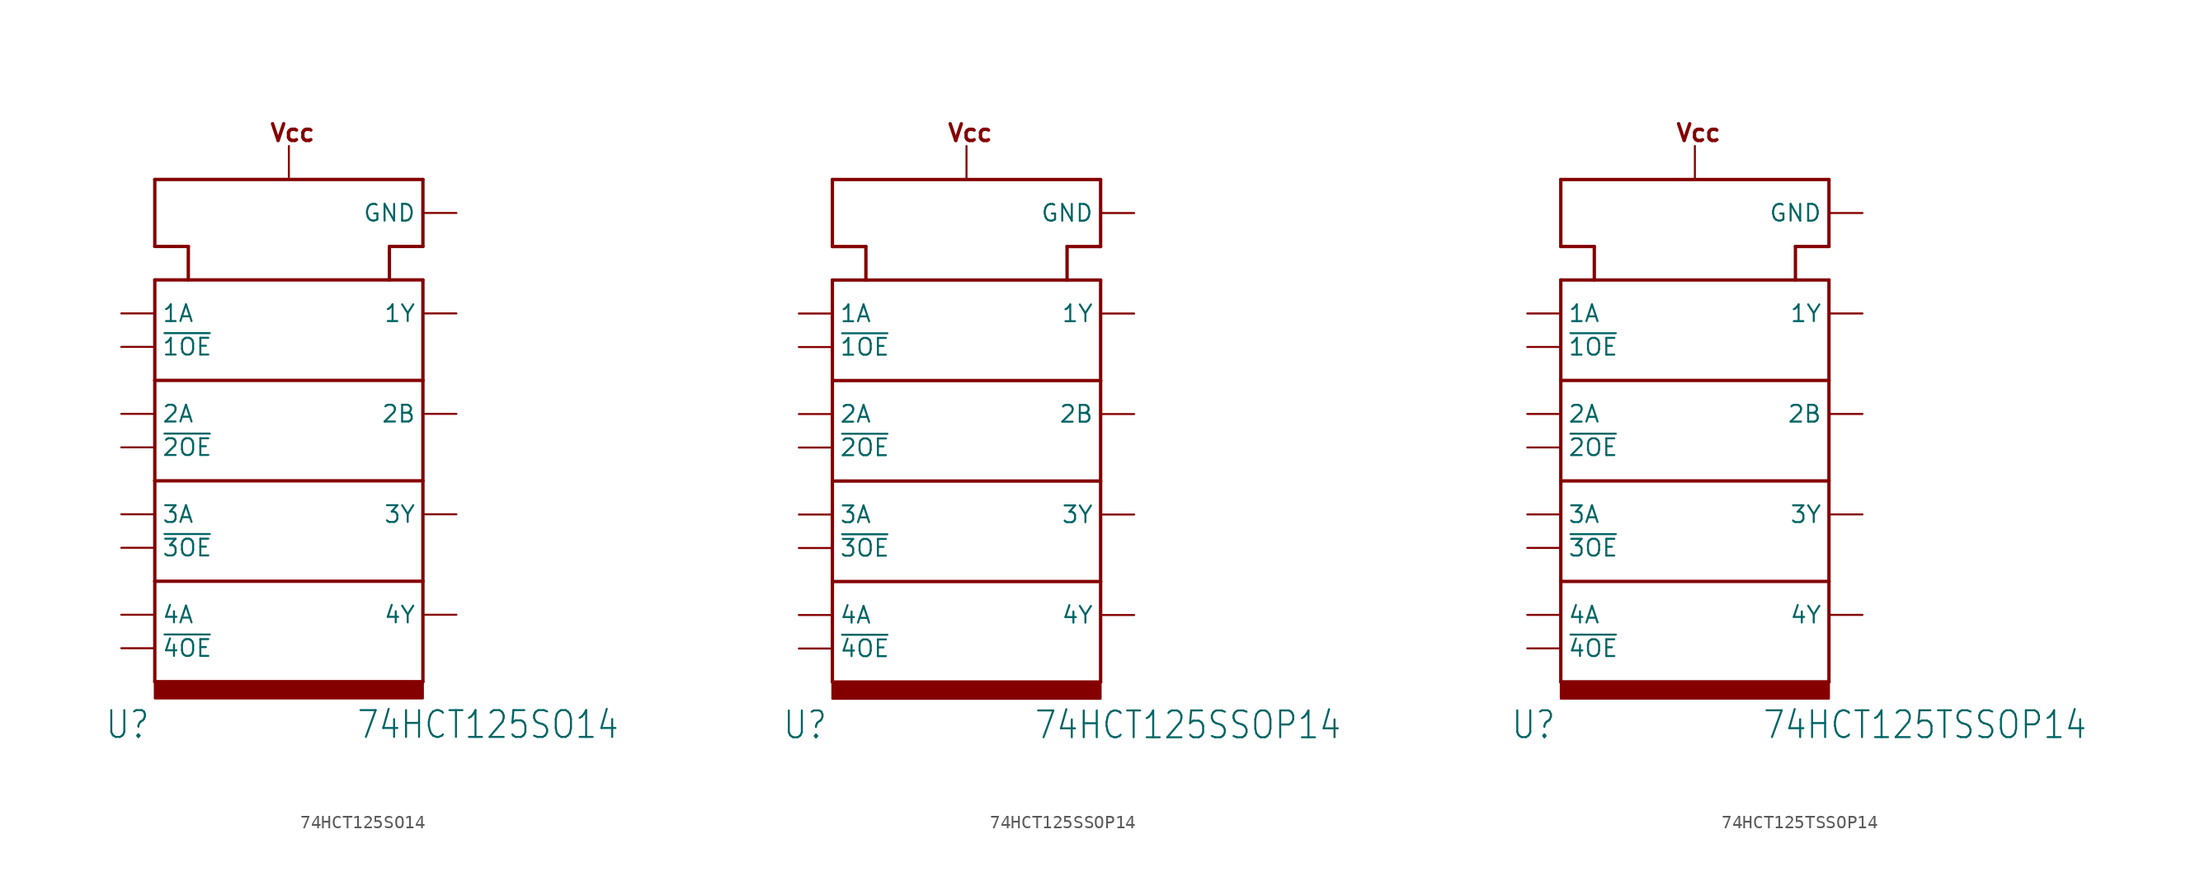
<source format=kicad_sym>
(kicad_symbol_lib
  (version 20211014)
  (generator kicad_symbol_editor)
  (symbol "74HCT125SO14"
    (property "Reference" "U"
      (at -13.97 -27.305 0)
      (effects (font (size 2.032 1.727)) (justify left bottom)))
    (property "Value" "74HCT125SO14"
      (at 5.08 -27.305 0)
      (effects (font (size 2.032 1.727)) (justify left bottom)))
    (property "ki_locked" ""
      (at 0 0 0)
      (effects (font (size 1.27 1.27))))
    (symbol "74HCT125SO14_1_0"
      (rectangle (start -10.16 -24.13) (end 10.16 -22.86) (stroke (width 0) (type default) (color 0 0 0 0)) (fill (type outline)))
      (polyline (pts (xy -10.16 -22.86) (xy 10.16 -22.86)) (stroke (width 0.254) (type default) (color 0 0 0 0)) (fill (type none)))
      (polyline (pts (xy -10.16 -15.24) (xy -10.16 -22.86)) (stroke (width 0.254) (type default) (color 0 0 0 0)) (fill (type none)))
      (polyline (pts (xy -10.16 -15.24) (xy 10.16 -15.24)) (stroke (width 0.254) (type default) (color 0 0 0 0)) (fill (type none)))
      (polyline (pts (xy -10.16 -7.62) (xy -10.16 -15.24)) (stroke (width 0.254) (type default) (color 0 0 0 0)) (fill (type none)))
      (polyline (pts (xy -10.16 -7.62) (xy 10.16 -7.62)) (stroke (width 0.254) (type default) (color 0 0 0 0)) (fill (type none)))
      (polyline (pts (xy -10.16 0) (xy -10.16 -7.62)) (stroke (width 0.254) (type default) (color 0 0 0 0)) (fill (type none)))
      (polyline (pts (xy -10.16 0) (xy 10.16 0)) (stroke (width 0.254) (type default) (color 0 0 0 0)) (fill (type none)))
      (polyline (pts (xy -10.16 7.62) (xy -10.16 0)) (stroke (width 0.254) (type default) (color 0 0 0 0)) (fill (type none)))
      (polyline (pts (xy -10.16 7.62) (xy 10.16 7.62)) (stroke (width 0.254) (type default) (color 0 0 0 0)) (fill (type none)))
      (polyline (pts (xy -10.16 15.24) (xy -10.16 10.16)) (stroke (width 0.254) (type default) (color 0 0 0 0)) (fill (type none)))
      (polyline (pts (xy -10.16 15.24) (xy 10.16 15.24)) (stroke (width 0.254) (type default) (color 0 0 0 0)) (fill (type none)))
      (polyline (pts (xy -7.62 7.62) (xy -7.62 10.16)) (stroke (width 0.254) (type default) (color 0 0 0 0)) (fill (type none)))
      (polyline (pts (xy -7.62 10.16) (xy -10.16 10.16)) (stroke (width 0.254) (type default) (color 0 0 0 0)) (fill (type none)))
      (polyline (pts (xy 7.62 7.62) (xy 7.62 10.16)) (stroke (width 0.254) (type default) (color 0 0 0 0)) (fill (type none)))
      (polyline (pts (xy 10.16 -15.24) (xy 10.16 -22.86)) (stroke (width 0.254) (type default) (color 0 0 0 0)) (fill (type none)))
      (polyline (pts (xy 10.16 -7.62) (xy 10.16 -15.24)) (stroke (width 0.254) (type default) (color 0 0 0 0)) (fill (type none)))
      (polyline (pts (xy 10.16 0) (xy 10.16 -7.62)) (stroke (width 0.254) (type default) (color 0 0 0 0)) (fill (type none)))
      (polyline (pts (xy 10.16 7.62) (xy 10.16 0)) (stroke (width 0.254) (type default) (color 0 0 0 0)) (fill (type none)))
      (polyline (pts (xy 10.16 10.16) (xy 7.62 10.16)) (stroke (width 0.254) (type default) (color 0 0 0 0)) (fill (type none)))
      (polyline (pts (xy 10.16 15.24) (xy 10.16 10.16)) (stroke (width 0.254) (type default) (color 0 0 0 0)) (fill (type none)))
      (text "Vcc" (at -1.524 18.034 0) (effects (font (size 1.27 1.27) (thickness 0.254) bold) (justify left bottom)))
      (pin bidirectional line (at -12.7 2.54 0) (length 2.54) (name "~{1OE}" (effects (font (size 1.27 1.27)))) (number "1" (effects (font (size 0 0)))))
      (pin bidirectional line (at -12.7 -12.7 0) (length 2.54) (name "~{3OE}" (effects (font (size 1.27 1.27)))) (number "10" (effects (font (size 0 0)))))
      (pin bidirectional line (at 12.7 -17.78 180) (length 2.54) (name "4Y" (effects (font (size 1.27 1.27)))) (number "11" (effects (font (size 0 0)))))
      (pin bidirectional line (at -12.7 -17.78 0) (length 2.54) (name "4A" (effects (font (size 1.27 1.27)))) (number "12" (effects (font (size 0 0)))))
      (pin bidirectional line (at -12.7 -20.32 0) (length 2.54) (name "~{4OE}" (effects (font (size 1.27 1.27)))) (number "13" (effects (font (size 0 0)))))
      (pin input line (at 0 17.78 270) (length 2.54) (name "VCC" (effects (font (size 0 0)))) (number "14" (effects (font (size 0 0)))))
      (pin bidirectional line (at -12.7 5.08 0) (length 2.54) (name "1A" (effects (font (size 1.27 1.27)))) (number "2" (effects (font (size 0 0)))))
      (pin bidirectional line (at 12.7 5.08 180) (length 2.54) (name "1Y" (effects (font (size 1.27 1.27)))) (number "3" (effects (font (size 0 0)))))
      (pin bidirectional line (at -12.7 -5.08 0) (length 2.54) (name "~{2OE}" (effects (font (size 1.27 1.27)))) (number "4" (effects (font (size 0 0)))))
      (pin bidirectional line (at -12.7 -2.54 0) (length 2.54) (name "2A" (effects (font (size 1.27 1.27)))) (number "5" (effects (font (size 0 0)))))
      (pin bidirectional line (at 12.7 -2.54 180) (length 2.54) (name "2B" (effects (font (size 1.27 1.27)))) (number "6" (effects (font (size 0 0)))))
      (pin bidirectional line (at 12.7 12.7 180) (length 2.54) (name "GND" (effects (font (size 1.27 1.27)))) (number "7" (effects (font (size 0 0)))))
      (pin bidirectional line (at 12.7 -10.16 180) (length 2.54) (name "3Y" (effects (font (size 1.27 1.27)))) (number "8" (effects (font (size 0 0)))))
      (pin bidirectional line (at -12.7 -10.16 0) (length 2.54) (name "3A" (effects (font (size 1.27 1.27)))) (number "9" (effects (font (size 0 0)))))))
  (symbol "74HCT125SSOP14"
    (property "Reference" "U"
      (at -13.97 -27.305 0)
      (effects (font (size 2.032 1.727)) (justify left bottom)))
    (property "Value" "74HCT125SSOP14"
      (at 5.08 -27.305 0)
      (effects (font (size 2.032 1.727)) (justify left bottom)))
    (property "ki_locked" ""
      (at 0 0 0)
      (effects (font (size 1.27 1.27))))
    (symbol "74HCT125SSOP14_1_0"
      (rectangle (start -10.16 -24.13) (end 10.16 -22.86) (stroke (width 0) (type default) (color 0 0 0 0)) (fill (type outline)))
      (polyline (pts (xy -10.16 -22.86) (xy 10.16 -22.86)) (stroke (width 0.254) (type default) (color 0 0 0 0)) (fill (type none)))
      (polyline (pts (xy -10.16 -15.24) (xy -10.16 -22.86)) (stroke (width 0.254) (type default) (color 0 0 0 0)) (fill (type none)))
      (polyline (pts (xy -10.16 -15.24) (xy 10.16 -15.24)) (stroke (width 0.254) (type default) (color 0 0 0 0)) (fill (type none)))
      (polyline (pts (xy -10.16 -7.62) (xy -10.16 -15.24)) (stroke (width 0.254) (type default) (color 0 0 0 0)) (fill (type none)))
      (polyline (pts (xy -10.16 -7.62) (xy 10.16 -7.62)) (stroke (width 0.254) (type default) (color 0 0 0 0)) (fill (type none)))
      (polyline (pts (xy -10.16 0) (xy -10.16 -7.62)) (stroke (width 0.254) (type default) (color 0 0 0 0)) (fill (type none)))
      (polyline (pts (xy -10.16 0) (xy 10.16 0)) (stroke (width 0.254) (type default) (color 0 0 0 0)) (fill (type none)))
      (polyline (pts (xy -10.16 7.62) (xy -10.16 0)) (stroke (width 0.254) (type default) (color 0 0 0 0)) (fill (type none)))
      (polyline (pts (xy -10.16 7.62) (xy 10.16 7.62)) (stroke (width 0.254) (type default) (color 0 0 0 0)) (fill (type none)))
      (polyline (pts (xy -10.16 15.24) (xy -10.16 10.16)) (stroke (width 0.254) (type default) (color 0 0 0 0)) (fill (type none)))
      (polyline (pts (xy -10.16 15.24) (xy 10.16 15.24)) (stroke (width 0.254) (type default) (color 0 0 0 0)) (fill (type none)))
      (polyline (pts (xy -7.62 7.62) (xy -7.62 10.16)) (stroke (width 0.254) (type default) (color 0 0 0 0)) (fill (type none)))
      (polyline (pts (xy -7.62 10.16) (xy -10.16 10.16)) (stroke (width 0.254) (type default) (color 0 0 0 0)) (fill (type none)))
      (polyline (pts (xy 7.62 7.62) (xy 7.62 10.16)) (stroke (width 0.254) (type default) (color 0 0 0 0)) (fill (type none)))
      (polyline (pts (xy 10.16 -15.24) (xy 10.16 -22.86)) (stroke (width 0.254) (type default) (color 0 0 0 0)) (fill (type none)))
      (polyline (pts (xy 10.16 -7.62) (xy 10.16 -15.24)) (stroke (width 0.254) (type default) (color 0 0 0 0)) (fill (type none)))
      (polyline (pts (xy 10.16 0) (xy 10.16 -7.62)) (stroke (width 0.254) (type default) (color 0 0 0 0)) (fill (type none)))
      (polyline (pts (xy 10.16 7.62) (xy 10.16 0)) (stroke (width 0.254) (type default) (color 0 0 0 0)) (fill (type none)))
      (polyline (pts (xy 10.16 10.16) (xy 7.62 10.16)) (stroke (width 0.254) (type default) (color 0 0 0 0)) (fill (type none)))
      (polyline (pts (xy 10.16 15.24) (xy 10.16 10.16)) (stroke (width 0.254) (type default) (color 0 0 0 0)) (fill (type none)))
      (text "Vcc" (at -1.524 18.034 0) (effects (font (size 1.27 1.27) (thickness 0.254) bold) (justify left bottom)))
      (pin bidirectional line (at -12.7 2.54 0) (length 2.54) (name "~{1OE}" (effects (font (size 1.27 1.27)))) (number "1" (effects (font (size 0 0)))))
      (pin bidirectional line (at -12.7 -12.7 0) (length 2.54) (name "~{3OE}" (effects (font (size 1.27 1.27)))) (number "10" (effects (font (size 0 0)))))
      (pin bidirectional line (at 12.7 -17.78 180) (length 2.54) (name "4Y" (effects (font (size 1.27 1.27)))) (number "11" (effects (font (size 0 0)))))
      (pin bidirectional line (at -12.7 -17.78 0) (length 2.54) (name "4A" (effects (font (size 1.27 1.27)))) (number "12" (effects (font (size 0 0)))))
      (pin bidirectional line (at -12.7 -20.32 0) (length 2.54) (name "~{4OE}" (effects (font (size 1.27 1.27)))) (number "13" (effects (font (size 0 0)))))
      (pin input line (at 0 17.78 270) (length 2.54) (name "VCC" (effects (font (size 0 0)))) (number "14" (effects (font (size 0 0)))))
      (pin bidirectional line (at -12.7 5.08 0) (length 2.54) (name "1A" (effects (font (size 1.27 1.27)))) (number "2" (effects (font (size 0 0)))))
      (pin bidirectional line (at 12.7 5.08 180) (length 2.54) (name "1Y" (effects (font (size 1.27 1.27)))) (number "3" (effects (font (size 0 0)))))
      (pin bidirectional line (at -12.7 -5.08 0) (length 2.54) (name "~{2OE}" (effects (font (size 1.27 1.27)))) (number "4" (effects (font (size 0 0)))))
      (pin bidirectional line (at -12.7 -2.54 0) (length 2.54) (name "2A" (effects (font (size 1.27 1.27)))) (number "5" (effects (font (size 0 0)))))
      (pin bidirectional line (at 12.7 -2.54 180) (length 2.54) (name "2B" (effects (font (size 1.27 1.27)))) (number "6" (effects (font (size 0 0)))))
      (pin bidirectional line (at 12.7 12.7 180) (length 2.54) (name "GND" (effects (font (size 1.27 1.27)))) (number "7" (effects (font (size 0 0)))))
      (pin bidirectional line (at 12.7 -10.16 180) (length 2.54) (name "3Y" (effects (font (size 1.27 1.27)))) (number "8" (effects (font (size 0 0)))))
      (pin bidirectional line (at -12.7 -10.16 0) (length 2.54) (name "3A" (effects (font (size 1.27 1.27)))) (number "9" (effects (font (size 0 0)))))))
  (symbol "74HCT125TSSOP14"
    (property "Reference" "U"
      (at -13.97 -27.305 0)
      (effects (font (size 2.032 1.727)) (justify left bottom)))
    (property "Value" "74HCT125TSSOP14"
      (at 5.08 -27.305 0)
      (effects (font (size 2.032 1.727)) (justify left bottom)))
    (property "ki_locked" ""
      (at 0 0 0)
      (effects (font (size 1.27 1.27))))
    (symbol "74HCT125TSSOP14_1_0"
      (rectangle (start -10.16 -24.13) (end 10.16 -22.86) (stroke (width 0) (type default) (color 0 0 0 0)) (fill (type outline)))
      (polyline (pts (xy -10.16 -22.86) (xy 10.16 -22.86)) (stroke (width 0.254) (type default) (color 0 0 0 0)) (fill (type none)))
      (polyline (pts (xy -10.16 -15.24) (xy -10.16 -22.86)) (stroke (width 0.254) (type default) (color 0 0 0 0)) (fill (type none)))
      (polyline (pts (xy -10.16 -15.24) (xy 10.16 -15.24)) (stroke (width 0.254) (type default) (color 0 0 0 0)) (fill (type none)))
      (polyline (pts (xy -10.16 -7.62) (xy -10.16 -15.24)) (stroke (width 0.254) (type default) (color 0 0 0 0)) (fill (type none)))
      (polyline (pts (xy -10.16 -7.62) (xy 10.16 -7.62)) (stroke (width 0.254) (type default) (color 0 0 0 0)) (fill (type none)))
      (polyline (pts (xy -10.16 0) (xy -10.16 -7.62)) (stroke (width 0.254) (type default) (color 0 0 0 0)) (fill (type none)))
      (polyline (pts (xy -10.16 0) (xy 10.16 0)) (stroke (width 0.254) (type default) (color 0 0 0 0)) (fill (type none)))
      (polyline (pts (xy -10.16 7.62) (xy -10.16 0)) (stroke (width 0.254) (type default) (color 0 0 0 0)) (fill (type none)))
      (polyline (pts (xy -10.16 7.62) (xy 10.16 7.62)) (stroke (width 0.254) (type default) (color 0 0 0 0)) (fill (type none)))
      (polyline (pts (xy -10.16 15.24) (xy -10.16 10.16)) (stroke (width 0.254) (type default) (color 0 0 0 0)) (fill (type none)))
      (polyline (pts (xy -10.16 15.24) (xy 10.16 15.24)) (stroke (width 0.254) (type default) (color 0 0 0 0)) (fill (type none)))
      (polyline (pts (xy -7.62 7.62) (xy -7.62 10.16)) (stroke (width 0.254) (type default) (color 0 0 0 0)) (fill (type none)))
      (polyline (pts (xy -7.62 10.16) (xy -10.16 10.16)) (stroke (width 0.254) (type default) (color 0 0 0 0)) (fill (type none)))
      (polyline (pts (xy 7.62 7.62) (xy 7.62 10.16)) (stroke (width 0.254) (type default) (color 0 0 0 0)) (fill (type none)))
      (polyline (pts (xy 10.16 -15.24) (xy 10.16 -22.86)) (stroke (width 0.254) (type default) (color 0 0 0 0)) (fill (type none)))
      (polyline (pts (xy 10.16 -7.62) (xy 10.16 -15.24)) (stroke (width 0.254) (type default) (color 0 0 0 0)) (fill (type none)))
      (polyline (pts (xy 10.16 0) (xy 10.16 -7.62)) (stroke (width 0.254) (type default) (color 0 0 0 0)) (fill (type none)))
      (polyline (pts (xy 10.16 7.62) (xy 10.16 0)) (stroke (width 0.254) (type default) (color 0 0 0 0)) (fill (type none)))
      (polyline (pts (xy 10.16 10.16) (xy 7.62 10.16)) (stroke (width 0.254) (type default) (color 0 0 0 0)) (fill (type none)))
      (polyline (pts (xy 10.16 15.24) (xy 10.16 10.16)) (stroke (width 0.254) (type default) (color 0 0 0 0)) (fill (type none)))
      (text "Vcc" (at -1.524 18.034 0) (effects (font (size 1.27 1.27) (thickness 0.254) bold) (justify left bottom)))
      (pin bidirectional line (at -12.7 2.54 0) (length 2.54) (name "~{1OE}" (effects (font (size 1.27 1.27)))) (number "1" (effects (font (size 0 0)))))
      (pin bidirectional line (at -12.7 -12.7 0) (length 2.54) (name "~{3OE}" (effects (font (size 1.27 1.27)))) (number "10" (effects (font (size 0 0)))))
      (pin bidirectional line (at 12.7 -17.78 180) (length 2.54) (name "4Y" (effects (font (size 1.27 1.27)))) (number "11" (effects (font (size 0 0)))))
      (pin bidirectional line (at -12.7 -17.78 0) (length 2.54) (name "4A" (effects (font (size 1.27 1.27)))) (number "12" (effects (font (size 0 0)))))
      (pin bidirectional line (at -12.7 -20.32 0) (length 2.54) (name "~{4OE}" (effects (font (size 1.27 1.27)))) (number "13" (effects (font (size 0 0)))))
      (pin input line (at 0 17.78 270) (length 2.54) (name "VCC" (effects (font (size 0 0)))) (number "14" (effects (font (size 0 0)))))
      (pin bidirectional line (at -12.7 5.08 0) (length 2.54) (name "1A" (effects (font (size 1.27 1.27)))) (number "2" (effects (font (size 0 0)))))
      (pin bidirectional line (at 12.7 5.08 180) (length 2.54) (name "1Y" (effects (font (size 1.27 1.27)))) (number "3" (effects (font (size 0 0)))))
      (pin bidirectional line (at -12.7 -5.08 0) (length 2.54) (name "~{2OE}" (effects (font (size 1.27 1.27)))) (number "4" (effects (font (size 0 0)))))
      (pin bidirectional line (at -12.7 -2.54 0) (length 2.54) (name "2A" (effects (font (size 1.27 1.27)))) (number "5" (effects (font (size 0 0)))))
      (pin bidirectional line (at 12.7 -2.54 180) (length 2.54) (name "2B" (effects (font (size 1.27 1.27)))) (number "6" (effects (font (size 0 0)))))
      (pin bidirectional line (at 12.7 12.7 180) (length 2.54) (name "GND" (effects (font (size 1.27 1.27)))) (number "7" (effects (font (size 0 0)))))
      (pin bidirectional line (at 12.7 -10.16 180) (length 2.54) (name "3Y" (effects (font (size 1.27 1.27)))) (number "8" (effects (font (size 0 0)))))
      (pin bidirectional line (at -12.7 -10.16 0) (length 2.54) (name "3A" (effects (font (size 1.27 1.27)))) (number "9" (effects (font (size 0 0))))))))
</source>
